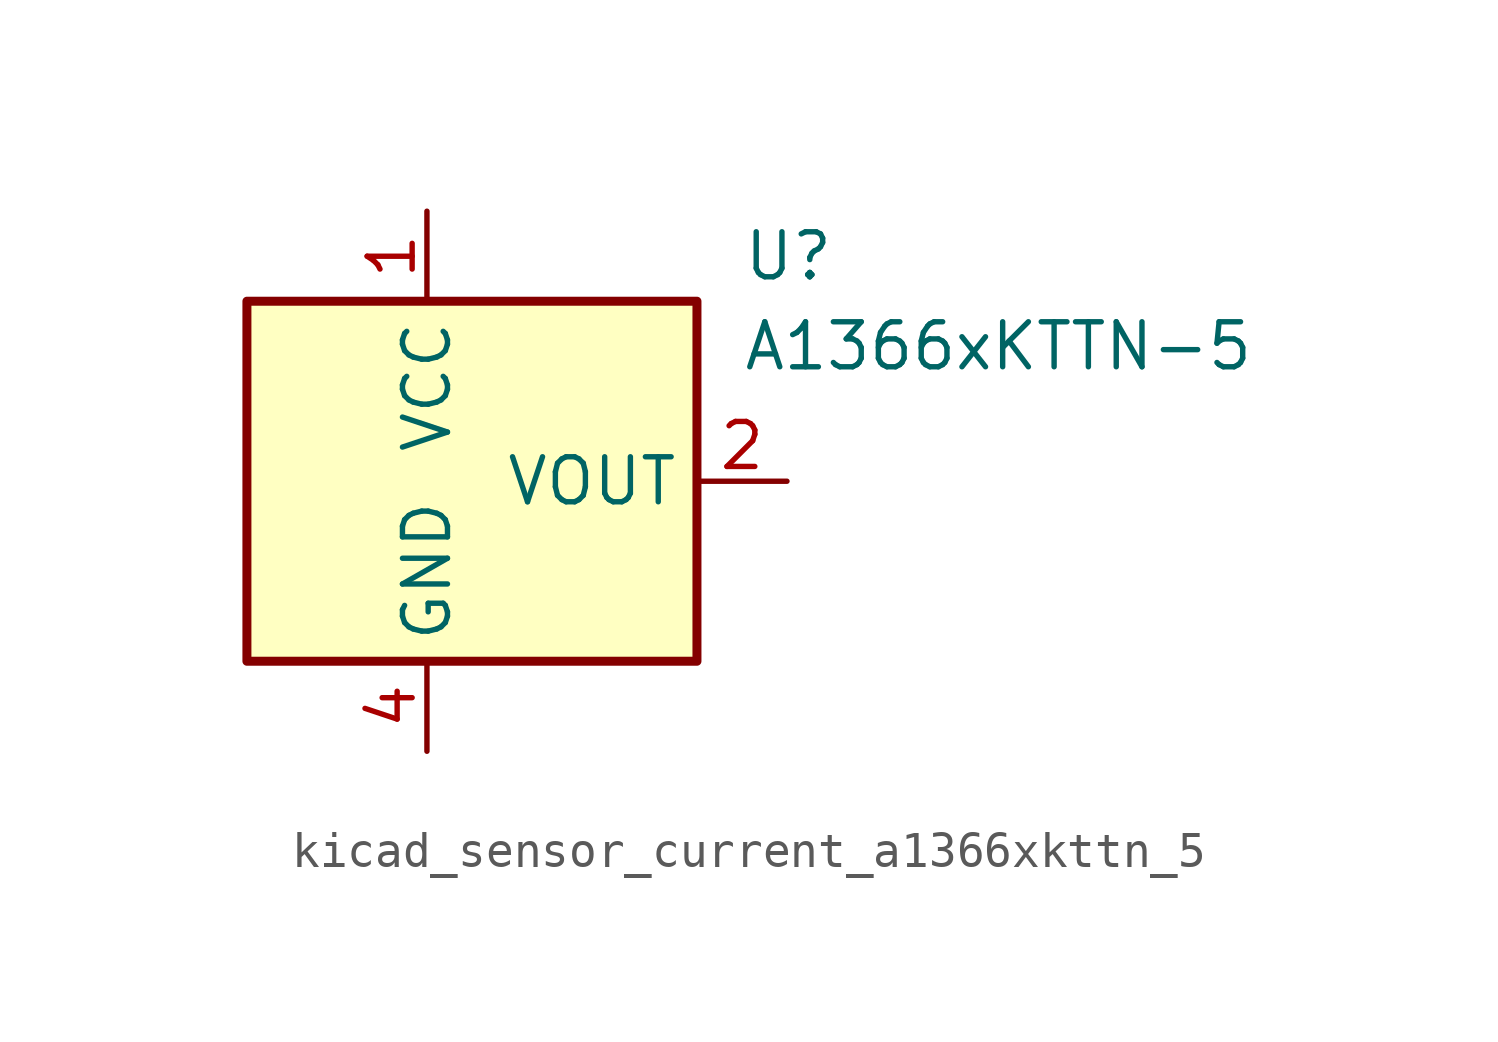
<source format=kicad_sym>
(kicad_symbol_lib
  (version 20220914)
  (generator kicad_symbol_editor)
  (symbol "kicad_sensor_current_a1366xkttn_5"
    (property "Reference" "U"
      (at 8.89 6.35 0)
      (effects (font (size 1.27 1.27)) (justify left)))
    (property "Value" "A1366xKTTN-5"
      (at 8.89 3.81 0)
      (effects (font (size 1.27 1.27)) (justify left)))
    (symbol "kicad_sensor_current_a1366xkttn_5_0_1"
      (rectangle (start -5.08 5.08) (end 7.62 -5.08) (stroke (width 0.254) (type default)) (fill (type background))))
    (symbol "kicad_sensor_current_a1366xkttn_5_1_1"
      (pin power_in line (at 0 7.62 270) (length 2.54) (name "VCC" (effects (font (size 1.27 1.27)))) (number "1" (effects (font (size 1.27 1.27)))))
      (pin output line (at 10.16 0 180) (length 2.54) (name "VOUT" (effects (font (size 1.27 1.27)))) (number "2" (effects (font (size 1.27 1.27)))))
      (pin no_connect line (at 7.62 -2.54 180) (length 2.54) hide (name "NC" (effects (font (size 1.27 1.27)))) (number "3" (effects (font (size 1.27 1.27)))))
      (pin power_in line (at 0 -7.62 90) (length 2.54) (name "GND" (effects (font (size 1.27 1.27)))) (number "4" (effects (font (size 1.27 1.27))))))))
</source>
